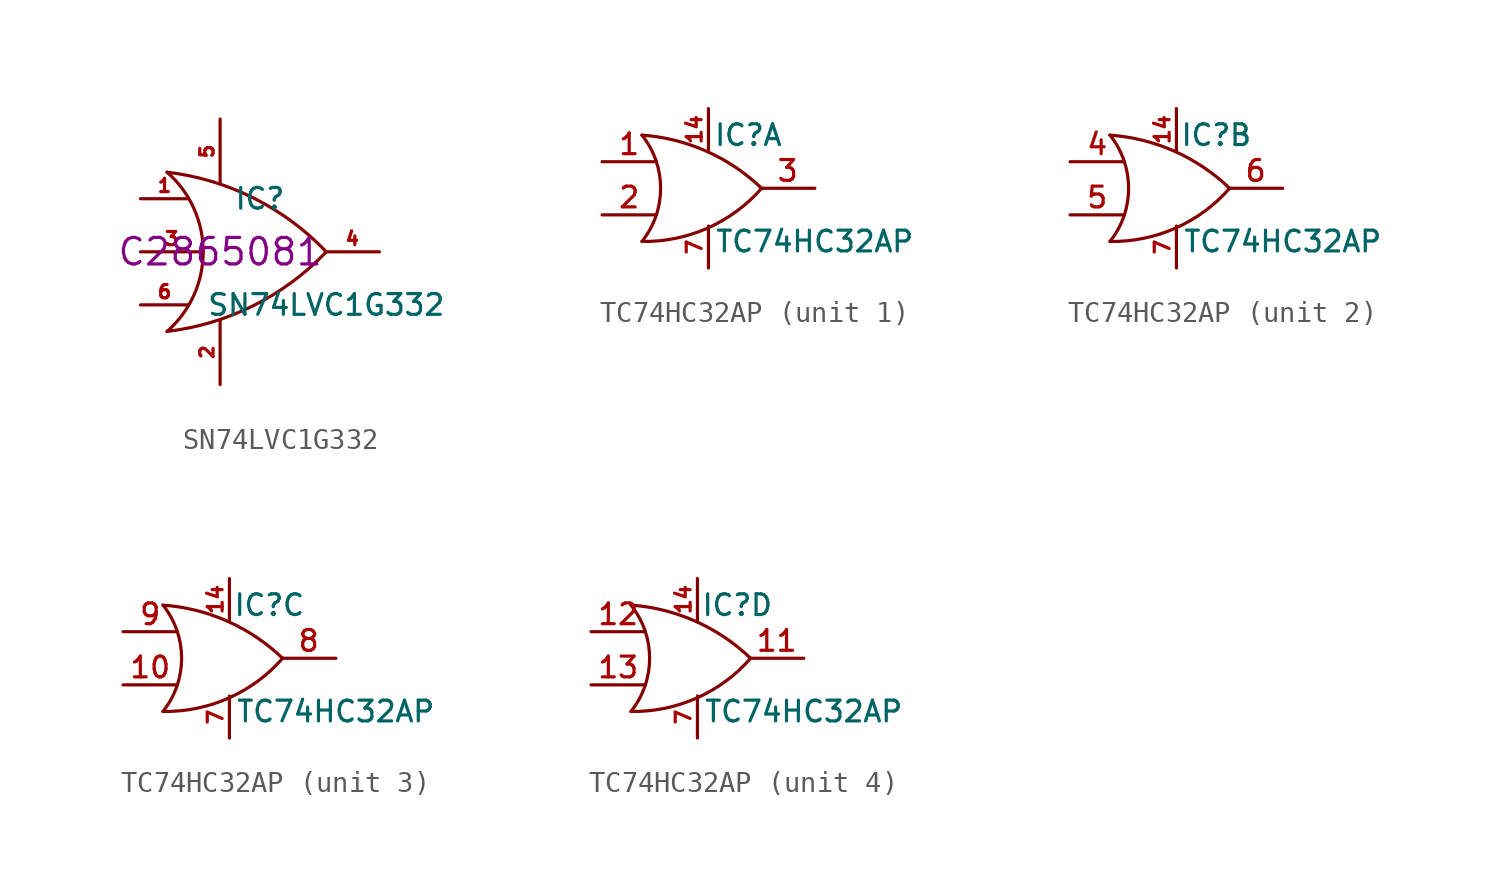
<source format=kicad_sym>
(kicad_symbol_lib
  (version 20220914)
  (generator kicad_symbol_editor)
  (symbol "SN74LVC1G332"
    (pin_names
      (offset 1.016) hide)
    (property "Reference" "IC"
      (at 1.905 2.54 0)
      (effects (font (size 0.991 0.991))))
    (property "Value" "SN74LVC1G332"
      (at 5.08 -2.54 0)
      (effects (font (size 0.991 0.991))))
    (property "JLC Part No." "C2865081"
      (at 0 0 0)
      (effects (font (size 1.27 1.27))))
    (symbol "SN74LVC1G332_0_1"
      (arc (start -2.54 -3.81) (mid -0.8099 0) (end -2.54 3.81) (stroke (width 0) (type solid)) (fill (type none)))
      (arc (start -2.54 -3.81) (mid 1.6033 -2.5716) (end 5.08 0) (stroke (width 0) (type solid)) (fill (type none)))
      (arc (start 5.08 0) (mid 1.603 2.5711) (end -2.54 3.81) (stroke (width 0) (type solid)) (fill (type none))))
    (symbol "SN74LVC1G332_1_1"
      (pin input line (at -3.81 2.54 0) (length 2.3) (name "A" (effects (font (size 1.27 1.27)))) (number "1" (effects (font (size 0.635 0.635)))))
      (pin power_in line (at 0 -6.35 90) (length 3.1) (name "GND" (effects (font (size 1.27 1.27)))) (number "2" (effects (font (size 0.635 0.635)))))
      (pin input line (at -3.81 0 0) (length 3) (name "B" (effects (font (size 1.27 1.27)))) (number "3" (effects (font (size 0.635 0.635)))))
      (pin output line (at 7.62 0 180) (length 2.591) (name "Y" (effects (font (size 1.27 1.27)))) (number "4" (effects (font (size 0.635 0.635)))))
      (pin power_in line (at 0 6.35 270) (length 3.1) (name "VCC" (effects (font (size 1 1)))) (number "5" (effects (font (size 0.635 0.635)))))
      (pin input line (at -3.81 -2.54 0) (length 2.3) (name "C" (effects (font (size 1.27 1.27)))) (number "6" (effects (font (size 0.635 0.635)))))))
  (symbol "TC74HC32AP"
    (pin_names
      (offset 1.016) hide)
    (property "Reference" "IC"
      (at 1.905 2.54 0)
      (effects (font (size 0.991 0.991))))
    (property "Value" "TC74HC32AP"
      (at 5.08 -2.54 0)
      (effects (font (size 0.991 0.991))))
    (symbol "TC74HC32AP_0_1"
      (arc (start -3.175 -2.54) (mid -2.284 0) (end -3.175 2.54) (stroke (width 0) (type solid)) (fill (type none)))
      (arc (start -3.175 -2.54) (mid -0.0382 -1.9006) (end 2.54 0) (stroke (width 0) (type solid)) (fill (type none)))
      (arc (start 2.54 0) (mid -0.0955 1.7707) (end -3.175 2.54) (stroke (width 0) (type solid)) (fill (type none))))
    (symbol "TC74HC32AP_1_1"
      (pin input line (at -5.08 1.27 0) (length 2.591) (name "~" (effects (font (size 1.27 1.27)))) (number "1" (effects (font (size 0.991 0.991)))))
      (pin power_in line (at 0 3.81 270) (length 2.007) (name "VCC" (effects (font (size 0.991 0.991)))) (number "14" (effects (font (size 0.711 0.711)))))
      (pin input line (at -5.08 -1.27 0) (length 2.591) (name "~" (effects (font (size 1.27 1.27)))) (number "2" (effects (font (size 0.991 0.991)))))
      (pin output line (at 5.08 0 180) (length 2.591) (name "~" (effects (font (size 1.27 1.27)))) (number "3" (effects (font (size 0.991 0.991)))))
      (pin power_in line (at 0 -3.81 90) (length 2.007) (name "GND" (effects (font (size 1.27 1.27)))) (number "7" (effects (font (size 0.711 0.711))))))
    (symbol "TC74HC32AP_2_1"
      (pin power_in line (at 0 3.81 270) (length 2.007) (name "VCC" (effects (font (size 0.991 0.991)))) (number "14" (effects (font (size 0.711 0.711)))))
      (pin input line (at -5.08 1.27 0) (length 2.591) (name "~" (effects (font (size 1.27 1.27)))) (number "4" (effects (font (size 0.991 0.991)))))
      (pin input line (at -5.08 -1.27 0) (length 2.591) (name "~" (effects (font (size 1.27 1.27)))) (number "5" (effects (font (size 0.991 0.991)))))
      (pin output line (at 5.08 0 180) (length 2.591) (name "~" (effects (font (size 1.27 1.27)))) (number "6" (effects (font (size 0.991 0.991)))))
      (pin power_in line (at 0 -3.81 90) (length 2.007) (name "GND" (effects (font (size 1.27 1.27)))) (number "7" (effects (font (size 0.711 0.711))))))
    (symbol "TC74HC32AP_3_1"
      (pin input line (at -5.08 -1.27 0) (length 2.591) (name "~" (effects (font (size 1.27 1.27)))) (number "10" (effects (font (size 0.991 0.991)))))
      (pin power_in line (at 0 3.81 270) (length 2.007) (name "VCC" (effects (font (size 0.991 0.991)))) (number "14" (effects (font (size 0.711 0.711)))))
      (pin power_in line (at 0 -3.81 90) (length 2.007) (name "GND" (effects (font (size 1.27 1.27)))) (number "7" (effects (font (size 0.711 0.711)))))
      (pin output line (at 5.08 0 180) (length 2.591) (name "~" (effects (font (size 1.27 1.27)))) (number "8" (effects (font (size 0.991 0.991)))))
      (pin input line (at -5.08 1.27 0) (length 2.591) (name "~" (effects (font (size 1.27 1.27)))) (number "9" (effects (font (size 0.991 0.991))))))
    (symbol "TC74HC32AP_4_1"
      (pin output line (at 5.08 0 180) (length 2.591) (name "~" (effects (font (size 1.27 1.27)))) (number "11" (effects (font (size 0.991 0.991)))))
      (pin input line (at -5.08 1.27 0) (length 2.591) (name "~" (effects (font (size 1.27 1.27)))) (number "12" (effects (font (size 0.991 0.991)))))
      (pin input line (at -5.08 -1.27 0) (length 2.591) (name "~" (effects (font (size 1.27 1.27)))) (number "13" (effects (font (size 0.991 0.991)))))
      (pin power_in line (at 0 3.81 270) (length 2.007) (name "VCC" (effects (font (size 0.991 0.991)))) (number "14" (effects (font (size 0.711 0.711)))))
      (pin power_in line (at 0 -3.81 90) (length 2.007) (name "GND" (effects (font (size 1.27 1.27)))) (number "7" (effects (font (size 0.711 0.711))))))))
</source>
